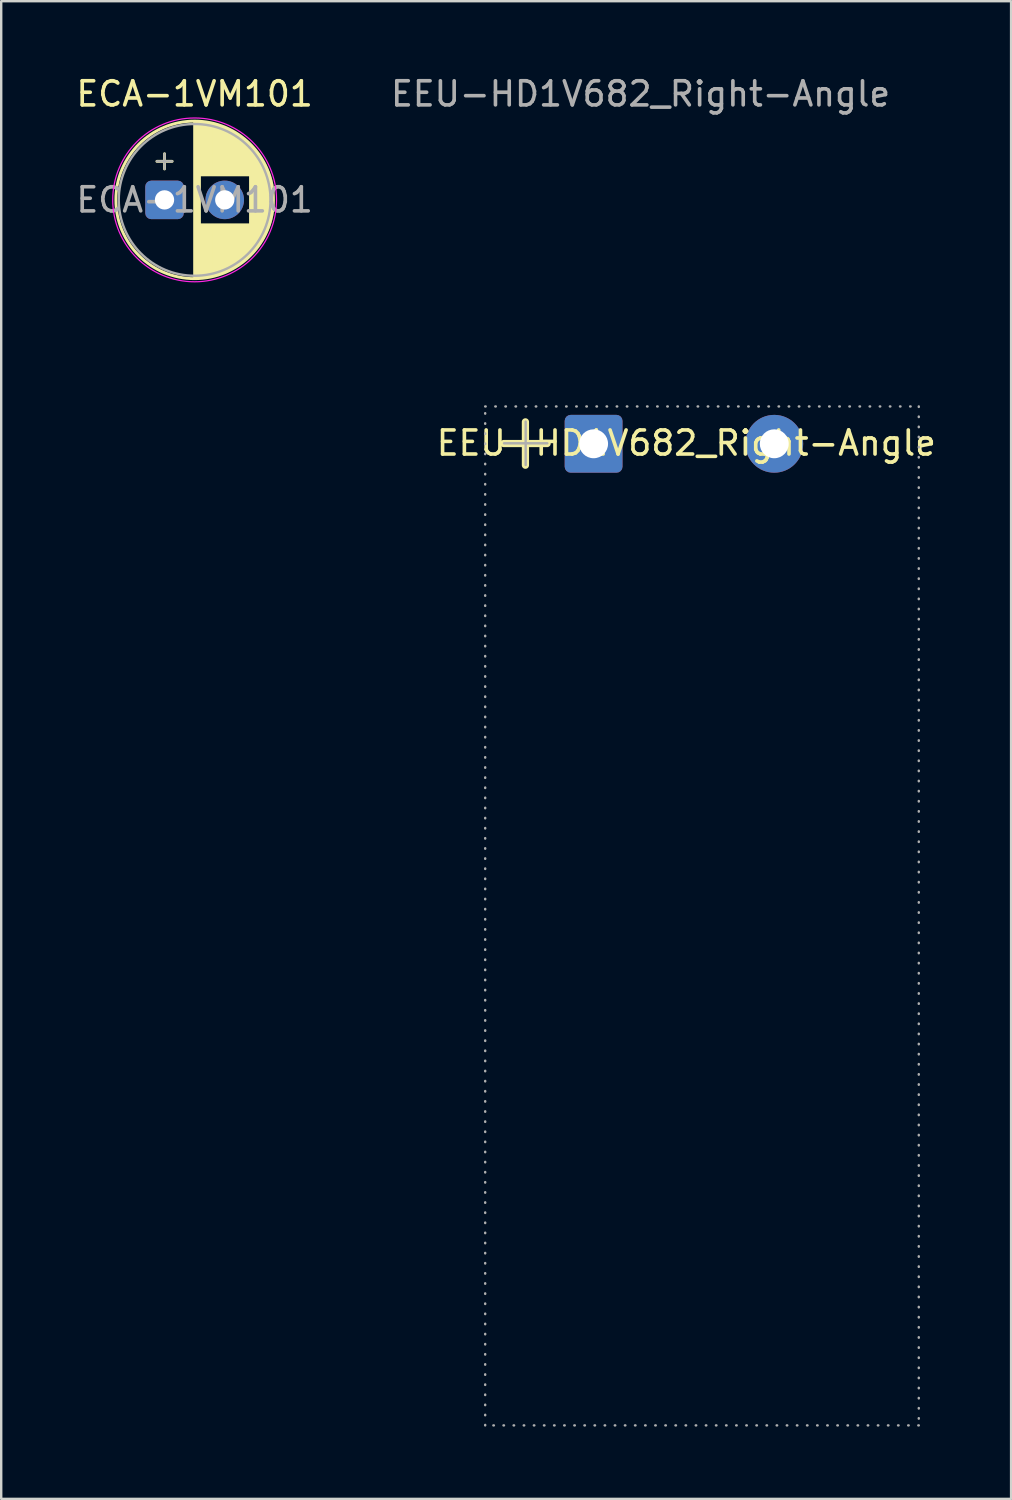
<source format=kicad_pcb>
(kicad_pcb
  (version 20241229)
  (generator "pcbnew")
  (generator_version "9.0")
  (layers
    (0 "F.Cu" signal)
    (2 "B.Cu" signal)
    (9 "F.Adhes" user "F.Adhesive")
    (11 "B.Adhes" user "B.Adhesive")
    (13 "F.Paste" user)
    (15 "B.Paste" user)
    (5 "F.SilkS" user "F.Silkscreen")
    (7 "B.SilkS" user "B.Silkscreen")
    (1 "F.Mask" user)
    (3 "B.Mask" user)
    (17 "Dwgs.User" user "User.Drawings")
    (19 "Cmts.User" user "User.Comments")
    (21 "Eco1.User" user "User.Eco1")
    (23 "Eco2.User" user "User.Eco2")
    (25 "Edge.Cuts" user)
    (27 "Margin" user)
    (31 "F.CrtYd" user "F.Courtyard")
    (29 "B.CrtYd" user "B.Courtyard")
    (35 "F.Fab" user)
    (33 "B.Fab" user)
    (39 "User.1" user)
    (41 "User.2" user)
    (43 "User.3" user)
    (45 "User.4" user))
  (footprint "ECA-1VM101"
    (layer "F.Cu")
    (at 3.78 5.248)
    (property "Reference" "ECA-1VM101" (at 1.25 -4.4 0) (layer "F.SilkS") (effects (font (size 1 1) (thickness 0.15))))
    (attr through_hole)
    (fp_line (start -0.315 -1.6) (end 0.315 -1.6) (stroke (width 0.12) (type solid)) (layer "F.SilkS"))
    (fp_line (start 0 -1.915) (end 0 -1.285) (stroke (width 0.12) (type solid)) (layer "F.SilkS"))
    (fp_line (start 1.25 -3.23) (end 1.25 3.23) (stroke (width 0.12) (type solid)) (layer "F.SilkS"))
    (fp_line (start 1.29 -3.23) (end 1.29 3.23) (stroke (width 0.12) (type solid)) (layer "F.SilkS"))
    (fp_line (start 1.33 -3.229) (end 1.33 3.229) (stroke (width 0.12) (type solid)) (layer "F.SilkS"))
    (fp_line (start 1.37 -3.228) (end 1.37 3.228) (stroke (width 0.12) (type solid)) (layer "F.SilkS"))
    (fp_line (start 1.41 -3.226) (end 1.41 3.226) (stroke (width 0.12) (type solid)) (layer "F.SilkS"))
    (fp_line (start 1.45 -3.224) (end 1.45 3.224) (stroke (width 0.12) (type solid)) (layer "F.SilkS"))
    (fp_line (start 1.49 -3.221) (end 1.49 -1.04) (stroke (width 0.12) (type solid)) (layer "F.SilkS"))
    (fp_line (start 1.49 1.04) (end 1.49 3.221) (stroke (width 0.12) (type solid)) (layer "F.SilkS"))
    (fp_line (start 1.53 -3.218) (end 1.53 -1.04) (stroke (width 0.12) (type solid)) (layer "F.SilkS"))
    (fp_line (start 1.53 1.04) (end 1.53 3.218) (stroke (width 0.12) (type solid)) (layer "F.SilkS"))
    (fp_line (start 1.57 -3.214) (end 1.57 -1.04) (stroke (width 0.12) (type solid)) (layer "F.SilkS"))
    (fp_line (start 1.57 1.04) (end 1.57 3.214) (stroke (width 0.12) (type solid)) (layer "F.SilkS"))
    (fp_line (start 1.61 -3.21) (end 1.61 -1.04) (stroke (width 0.12) (type solid)) (layer "F.SilkS"))
    (fp_line (start 1.61 1.04) (end 1.61 3.21) (stroke (width 0.12) (type solid)) (layer "F.SilkS"))
    (fp_line (start 1.65 -3.205) (end 1.65 -1.04) (stroke (width 0.12) (type solid)) (layer "F.SilkS"))
    (fp_line (start 1.65 1.04) (end 1.65 3.205) (stroke (width 0.12) (type solid)) (layer "F.SilkS"))
    (fp_line (start 1.69 -3.2) (end 1.69 -1.04) (stroke (width 0.12) (type solid)) (layer "F.SilkS"))
    (fp_line (start 1.69 1.04) (end 1.69 3.2) (stroke (width 0.12) (type solid)) (layer "F.SilkS"))
    (fp_line (start 1.73 -3.195) (end 1.73 -1.04) (stroke (width 0.12) (type solid)) (layer "F.SilkS"))
    (fp_line (start 1.73 1.04) (end 1.73 3.195) (stroke (width 0.12) (type solid)) (layer "F.SilkS"))
    (fp_line (start 1.77 -3.188) (end 1.77 -1.04) (stroke (width 0.12) (type solid)) (layer "F.SilkS"))
    (fp_line (start 1.77 1.04) (end 1.77 3.188) (stroke (width 0.12) (type solid)) (layer "F.SilkS"))
    (fp_line (start 1.81 -3.182) (end 1.81 -1.04) (stroke (width 0.12) (type solid)) (layer "F.SilkS"))
    (fp_line (start 1.81 1.04) (end 1.81 3.182) (stroke (width 0.12) (type solid)) (layer "F.SilkS"))
    (fp_line (start 1.85 -3.174) (end 1.85 -1.04) (stroke (width 0.12) (type solid)) (layer "F.SilkS"))
    (fp_line (start 1.85 1.04) (end 1.85 3.174) (stroke (width 0.12) (type solid)) (layer "F.SilkS"))
    (fp_line (start 1.89 -3.167) (end 1.89 -1.04) (stroke (width 0.12) (type solid)) (layer "F.SilkS"))
    (fp_line (start 1.89 1.04) (end 1.89 3.167) (stroke (width 0.12) (type solid)) (layer "F.SilkS"))
    (fp_line (start 1.93 -3.159) (end 1.93 -1.04) (stroke (width 0.12) (type solid)) (layer "F.SilkS"))
    (fp_line (start 1.93 1.04) (end 1.93 3.159) (stroke (width 0.12) (type solid)) (layer "F.SilkS"))
    (fp_line (start 1.97 -3.15) (end 1.97 -1.04) (stroke (width 0.12) (type solid)) (layer "F.SilkS"))
    (fp_line (start 1.97 1.04) (end 1.97 3.15) (stroke (width 0.12) (type solid)) (layer "F.SilkS"))
    (fp_line (start 2.01 -3.14) (end 2.01 -1.04) (stroke (width 0.12) (type solid)) (layer "F.SilkS"))
    (fp_line (start 2.01 1.04) (end 2.01 3.14) (stroke (width 0.12) (type solid)) (layer "F.SilkS"))
    (fp_line (start 2.05 -3.131) (end 2.05 -1.04) (stroke (width 0.12) (type solid)) (layer "F.SilkS"))
    (fp_line (start 2.05 1.04) (end 2.05 3.131) (stroke (width 0.12) (type solid)) (layer "F.SilkS"))
    (fp_line (start 2.09 -3.12) (end 2.09 -1.04) (stroke (width 0.12) (type solid)) (layer "F.SilkS"))
    (fp_line (start 2.09 1.04) (end 2.09 3.12) (stroke (width 0.12) (type solid)) (layer "F.SilkS"))
    (fp_line (start 2.13 -3.109) (end 2.13 -1.04) (stroke (width 0.12) (type solid)) (layer "F.SilkS"))
    (fp_line (start 2.13 1.04) (end 2.13 3.109) (stroke (width 0.12) (type solid)) (layer "F.SilkS"))
    (fp_line (start 2.17 -3.098) (end 2.17 -1.04) (stroke (width 0.12) (type solid)) (layer "F.SilkS"))
    (fp_line (start 2.17 1.04) (end 2.17 3.098) (stroke (width 0.12) (type solid)) (layer "F.SilkS"))
    (fp_line (start 2.21 -3.086) (end 2.21 -1.04) (stroke (width 0.12) (type solid)) (layer "F.SilkS"))
    (fp_line (start 2.21 1.04) (end 2.21 3.086) (stroke (width 0.12) (type solid)) (layer "F.SilkS"))
    (fp_line (start 2.25 -3.073) (end 2.25 -1.04) (stroke (width 0.12) (type solid)) (layer "F.SilkS"))
    (fp_line (start 2.25 1.04) (end 2.25 3.073) (stroke (width 0.12) (type solid)) (layer "F.SilkS"))
    (fp_line (start 2.29 -3.06) (end 2.29 -1.04) (stroke (width 0.12) (type solid)) (layer "F.SilkS"))
    (fp_line (start 2.29 1.04) (end 2.29 3.06) (stroke (width 0.12) (type solid)) (layer "F.SilkS"))
    (fp_line (start 2.33 -3.047) (end 2.33 -1.04) (stroke (width 0.12) (type solid)) (layer "F.SilkS"))
    (fp_line (start 2.33 1.04) (end 2.33 3.047) (stroke (width 0.12) (type solid)) (layer "F.SilkS"))
    (fp_line (start 2.37 -3.032) (end 2.37 -1.04) (stroke (width 0.12) (type solid)) (layer "F.SilkS"))
    (fp_line (start 2.37 1.04) (end 2.37 3.032) (stroke (width 0.12) (type solid)) (layer "F.SilkS"))
    (fp_line (start 2.41 -3.017) (end 2.41 -1.04) (stroke (width 0.12) (type solid)) (layer "F.SilkS"))
    (fp_line (start 2.41 1.04) (end 2.41 3.017) (stroke (width 0.12) (type solid)) (layer "F.SilkS"))
    (fp_line (start 2.45 -3.002) (end 2.45 -1.04) (stroke (width 0.12) (type solid)) (layer "F.SilkS"))
    (fp_line (start 2.45 1.04) (end 2.45 3.002) (stroke (width 0.12) (type solid)) (layer "F.SilkS"))
    (fp_line (start 2.49 -2.986) (end 2.49 -1.04) (stroke (width 0.12) (type solid)) (layer "F.SilkS"))
    (fp_line (start 2.49 1.04) (end 2.49 2.986) (stroke (width 0.12) (type solid)) (layer "F.SilkS"))
    (fp_line (start 2.53 -2.969) (end 2.53 -1.04) (stroke (width 0.12) (type solid)) (layer "F.SilkS"))
    (fp_line (start 2.53 1.04) (end 2.53 2.969) (stroke (width 0.12) (type solid)) (layer "F.SilkS"))
    (fp_line (start 2.57 -2.952) (end 2.57 -1.04) (stroke (width 0.12) (type solid)) (layer "F.SilkS"))
    (fp_line (start 2.57 1.04) (end 2.57 2.952) (stroke (width 0.12) (type solid)) (layer "F.SilkS"))
    (fp_line (start 2.61 -2.934) (end 2.61 -1.04) (stroke (width 0.12) (type solid)) (layer "F.SilkS"))
    (fp_line (start 2.61 1.04) (end 2.61 2.934) (stroke (width 0.12) (type solid)) (layer "F.SilkS"))
    (fp_line (start 2.65 -2.915) (end 2.65 -1.04) (stroke (width 0.12) (type solid)) (layer "F.SilkS"))
    (fp_line (start 2.65 1.04) (end 2.65 2.915) (stroke (width 0.12) (type solid)) (layer "F.SilkS"))
    (fp_line (start 2.69 -2.896) (end 2.69 -1.04) (stroke (width 0.12) (type solid)) (layer "F.SilkS"))
    (fp_line (start 2.69 1.04) (end 2.69 2.896) (stroke (width 0.12) (type solid)) (layer "F.SilkS"))
    (fp_line (start 2.73 -2.876) (end 2.73 -1.04) (stroke (width 0.12) (type solid)) (layer "F.SilkS"))
    (fp_line (start 2.73 1.04) (end 2.73 2.876) (stroke (width 0.12) (type solid)) (layer "F.SilkS"))
    (fp_line (start 2.77 -2.855) (end 2.77 -1.04) (stroke (width 0.12) (type solid)) (layer "F.SilkS"))
    (fp_line (start 2.77 1.04) (end 2.77 2.855) (stroke (width 0.12) (type solid)) (layer "F.SilkS"))
    (fp_line (start 2.81 -2.834) (end 2.81 -1.04) (stroke (width 0.12) (type solid)) (layer "F.SilkS"))
    (fp_line (start 2.81 1.04) (end 2.81 2.834) (stroke (width 0.12) (type solid)) (layer "F.SilkS"))
    (fp_line (start 2.85 -2.812) (end 2.85 -1.04) (stroke (width 0.12) (type solid)) (layer "F.SilkS"))
    (fp_line (start 2.85 1.04) (end 2.85 2.812) (stroke (width 0.12) (type solid)) (layer "F.SilkS"))
    (fp_line (start 2.89 -2.789) (end 2.89 -1.04) (stroke (width 0.12) (type solid)) (layer "F.SilkS"))
    (fp_line (start 2.89 1.04) (end 2.89 2.789) (stroke (width 0.12) (type solid)) (layer "F.SilkS"))
    (fp_line (start 2.93 -2.765) (end 2.93 -1.04) (stroke (width 0.12) (type solid)) (layer "F.SilkS"))
    (fp_line (start 2.93 1.04) (end 2.93 2.765) (stroke (width 0.12) (type solid)) (layer "F.SilkS"))
    (fp_line (start 2.97 -2.741) (end 2.97 -1.04) (stroke (width 0.12) (type solid)) (layer "F.SilkS"))
    (fp_line (start 2.97 1.04) (end 2.97 2.741) (stroke (width 0.12) (type solid)) (layer "F.SilkS"))
    (fp_line (start 3.01 -2.716) (end 3.01 -1.04) (stroke (width 0.12) (type solid)) (layer "F.SilkS"))
    (fp_line (start 3.01 1.04) (end 3.01 2.716) (stroke (width 0.12) (type solid)) (layer "F.SilkS"))
    (fp_line (start 3.05 -2.69) (end 3.05 -1.04) (stroke (width 0.12) (type solid)) (layer "F.SilkS"))
    (fp_line (start 3.05 1.04) (end 3.05 2.69) (stroke (width 0.12) (type solid)) (layer "F.SilkS"))
    (fp_line (start 3.09 -2.663) (end 3.09 -1.04) (stroke (width 0.12) (type solid)) (layer "F.SilkS"))
    (fp_line (start 3.09 1.04) (end 3.09 2.663) (stroke (width 0.12) (type solid)) (layer "F.SilkS"))
    (fp_line (start 3.13 -2.636) (end 3.13 -1.04) (stroke (width 0.12) (type solid)) (layer "F.SilkS"))
    (fp_line (start 3.13 1.04) (end 3.13 2.636) (stroke (width 0.12) (type solid)) (layer "F.SilkS"))
    (fp_line (start 3.17 -2.607) (end 3.17 -1.04) (stroke (width 0.12) (type solid)) (layer "F.SilkS"))
    (fp_line (start 3.17 1.04) (end 3.17 2.607) (stroke (width 0.12) (type solid)) (layer "F.SilkS"))
    (fp_line (start 3.21 -2.577) (end 3.21 -1.04) (stroke (width 0.12) (type solid)) (layer "F.SilkS"))
    (fp_line (start 3.21 1.04) (end 3.21 2.577) (stroke (width 0.12) (type solid)) (layer "F.SilkS"))
    (fp_line (start 3.25 -2.547) (end 3.25 -1.04) (stroke (width 0.12) (type solid)) (layer "F.SilkS"))
    (fp_line (start 3.25 1.04) (end 3.25 2.547) (stroke (width 0.12) (type solid)) (layer "F.SilkS"))
    (fp_line (start 3.29 -2.516) (end 3.29 -1.04) (stroke (width 0.12) (type solid)) (layer "F.SilkS"))
    (fp_line (start 3.29 1.04) (end 3.29 2.516) (stroke (width 0.12) (type solid)) (layer "F.SilkS"))
    (fp_line (start 3.33 -2.483) (end 3.33 -1.04) (stroke (width 0.12) (type solid)) (layer "F.SilkS"))
    (fp_line (start 3.33 1.04) (end 3.33 2.483) (stroke (width 0.12) (type solid)) (layer "F.SilkS"))
    (fp_line (start 3.37 -2.45) (end 3.37 -1.04) (stroke (width 0.12) (type solid)) (layer "F.SilkS"))
    (fp_line (start 3.37 1.04) (end 3.37 2.45) (stroke (width 0.12) (type solid)) (layer "F.SilkS"))
    (fp_line (start 3.41 -2.415) (end 3.41 -1.04) (stroke (width 0.12) (type solid)) (layer "F.SilkS"))
    (fp_line (start 3.41 1.04) (end 3.41 2.415) (stroke (width 0.12) (type solid)) (layer "F.SilkS"))
    (fp_line (start 3.45 -2.379) (end 3.45 -1.04) (stroke (width 0.12) (type solid)) (layer "F.SilkS"))
    (fp_line (start 3.45 1.04) (end 3.45 2.379) (stroke (width 0.12) (type solid)) (layer "F.SilkS"))
    (fp_line (start 3.49 -2.342) (end 3.49 -1.04) (stroke (width 0.12) (type solid)) (layer "F.SilkS"))
    (fp_line (start 3.49 1.04) (end 3.49 2.342) (stroke (width 0.12) (type solid)) (layer "F.SilkS"))
    (fp_line (start 3.53 -2.304) (end 3.53 -1.04) (stroke (width 0.12) (type solid)) (layer "F.SilkS"))
    (fp_line (start 3.53 1.04) (end 3.53 2.304) (stroke (width 0.12) (type solid)) (layer "F.SilkS"))
    (fp_line (start 3.57 -2.264) (end 3.57 2.264) (stroke (width 0.12) (type solid)) (layer "F.SilkS"))
    (fp_line (start 3.61 -2.223) (end 3.61 2.223) (stroke (width 0.12) (type solid)) (layer "F.SilkS"))
    (fp_line (start 3.65 -2.181) (end 3.65 2.181) (stroke (width 0.12) (type solid)) (layer "F.SilkS"))
    (fp_line (start 3.69 -2.137) (end 3.69 2.137) (stroke (width 0.12) (type solid)) (layer "F.SilkS"))
    (fp_line (start 3.73 -2.091) (end 3.73 2.091) (stroke (width 0.12) (type solid)) (layer "F.SilkS"))
    (fp_line (start 3.77 -2.044) (end 3.77 2.044) (stroke (width 0.12) (type solid)) (layer "F.SilkS"))
    (fp_line (start 3.81 -1.995) (end 3.81 1.995) (stroke (width 0.12) (type solid)) (layer "F.SilkS"))
    (fp_line (start 3.85 -1.943) (end 3.85 1.943) (stroke (width 0.12) (type solid)) (layer "F.SilkS"))
    (fp_line (start 3.89 -1.89) (end 3.89 1.89) (stroke (width 0.12) (type solid)) (layer "F.SilkS"))
    (fp_line (start 3.93 -1.834) (end 3.93 1.834) (stroke (width 0.12) (type solid)) (layer "F.SilkS"))
    (fp_line (start 3.97 -1.775) (end 3.97 1.775) (stroke (width 0.12) (type solid)) (layer "F.SilkS"))
    (fp_line (start 4.01 -1.714) (end 4.01 1.714) (stroke (width 0.12) (type solid)) (layer "F.SilkS"))
    (fp_line (start 4.05 -1.649) (end 4.05 1.649) (stroke (width 0.12) (type solid)) (layer "F.SilkS"))
    (fp_line (start 4.09 -1.581) (end 4.09 1.581) (stroke (width 0.12) (type solid)) (layer "F.SilkS"))
    (fp_line (start 4.13 -1.509) (end 4.13 1.509) (stroke (width 0.12) (type solid)) (layer "F.SilkS"))
    (fp_line (start 4.17 -1.432) (end 4.17 1.432) (stroke (width 0.12) (type solid)) (layer "F.SilkS"))
    (fp_line (start 4.21 -1.35) (end 4.21 1.35) (stroke (width 0.12) (type solid)) (layer "F.SilkS"))
    (fp_line (start 4.25 -1.261) (end 4.25 1.261) (stroke (width 0.12) (type solid)) (layer "F.SilkS"))
    (fp_line (start 4.29 -1.165) (end 4.29 1.165) (stroke (width 0.12) (type solid)) (layer "F.SilkS"))
    (fp_line (start 4.33 -1.058) (end 4.33 1.058) (stroke (width 0.12) (type solid)) (layer "F.SilkS"))
    (fp_line (start 4.37 -0.939) (end 4.37 0.939) (stroke (width 0.12) (type solid)) (layer "F.SilkS"))
    (fp_line (start 4.41 -0.801) (end 4.41 0.801) (stroke (width 0.12) (type solid)) (layer "F.SilkS"))
    (fp_line (start 4.45 -0.633) (end 4.45 0.633) (stroke (width 0.12) (type solid)) (layer "F.SilkS"))
    (fp_line (start 4.49 -0.402) (end 4.49 0.402) (stroke (width 0.12) (type solid)) (layer "F.SilkS"))
    (fp_circle (center 1.25 0) (end 4.52 0) (stroke (width 0.12) (type solid)) (fill no) (layer "F.SilkS"))
    (fp_circle (center 1.25 0) (end 4.65 0) (stroke (width 0.05) (type solid)) (fill no) (layer "F.CrtYd"))
    (fp_line (start -0.315 -1.6) (end 0.315 -1.6) (stroke (width 0.1) (type solid)) (layer "F.Fab"))
    (fp_line (start 0 -1.915) (end 0 -1.285) (stroke (width 0.1) (type solid)) (layer "F.Fab"))
    (fp_circle (center 1.25 0) (end 4.4 0) (stroke (width 0.1) (type solid)) (fill no) (layer "F.Fab"))
    (fp_text user "${REFERENCE}" (at 1.25 0 0) (layer "F.Fab") (effects (font (size 1 1) (thickness 0.15))))
    (pad "1" thru_hole roundrect (at 0 0) (size 1.6 1.6) (drill 0.8) (layers "*.Cu" "*.Mask") (roundrect_rratio 0.156))
    (pad "2" thru_hole circle (at 2.5 0) (size 1.6 1.6) (drill 0.8) (layers "*.Cu" "*.Mask")))
  (footprint "EEU-HD1V682_Right-Angle"
    (layer "F.Cu")
    (at 21.592 15.373)
    (property "Reference" "EEU-HD1V682_Right-Angle" (at 3.85 -0.03 0) (layer "F.SilkS") (effects (font (size 1 1) (thickness 0.15))))
    (attr through_hole)
    (fp_line (start -3.73 -0.01) (end -1.93 -0.01) (stroke (width 0.3) (type solid)) (layer "F.SilkS"))
    (fp_line (start -2.83 -0.91) (end -2.83 0.89) (stroke (width 0.3) (type solid)) (layer "F.SilkS"))
    (fp_line (start -3.72 -0.02) (end -1.92 -0.02) (stroke (width 0.1) (type solid)) (layer "F.Fab"))
    (fp_line (start -2.82 -0.92) (end -2.82 0.88) (stroke (width 0.1) (type solid)) (layer "F.Fab"))
    (fp_rect (start -4.5 -1.55) (end 13.5 40.75) (stroke (width 0.1) (type dot)) (fill no) (layer "F.Fab"))
    (fp_text user "${REFERENCE}" (at 1.95 -14.525 0) (layer "F.Fab") (effects (font (size 1 1) (thickness 0.15))))
    (pad "1" thru_hole roundrect (at 0 0) (size 2.4 2.4) (drill 1.2) (layers "*.Cu" "*.Mask") (roundrect_rratio 0.104))
    (pad "2" thru_hole circle (at 7.5 0) (size 2.4 2.4) (drill 1.2) (layers "*.Cu" "*.Mask")))
  (gr_rect
    (start -3 -3)
    (end 38.924 59.173)
    (stroke (width 0.1) (type default))
    (fill no)
    (layer "Edge.Cuts")))
</source>
